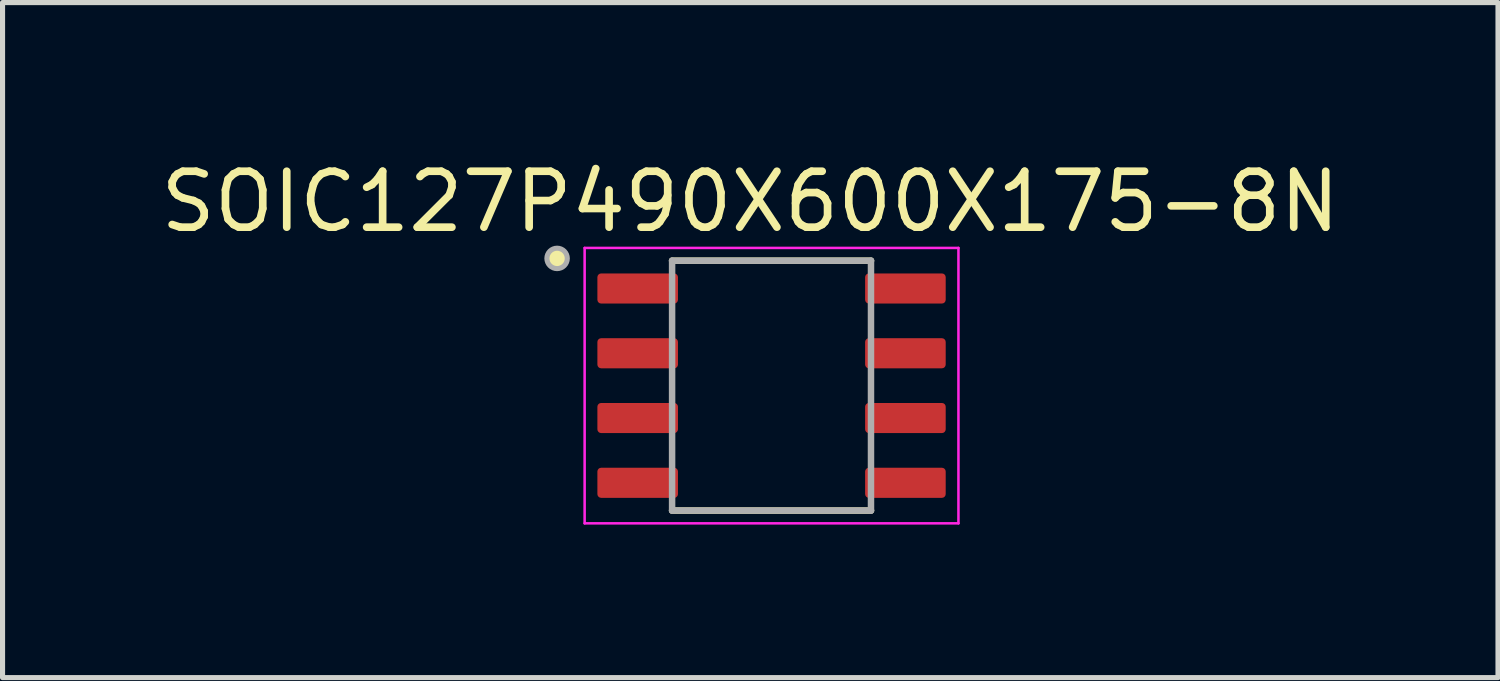
<source format=kicad_pcb>
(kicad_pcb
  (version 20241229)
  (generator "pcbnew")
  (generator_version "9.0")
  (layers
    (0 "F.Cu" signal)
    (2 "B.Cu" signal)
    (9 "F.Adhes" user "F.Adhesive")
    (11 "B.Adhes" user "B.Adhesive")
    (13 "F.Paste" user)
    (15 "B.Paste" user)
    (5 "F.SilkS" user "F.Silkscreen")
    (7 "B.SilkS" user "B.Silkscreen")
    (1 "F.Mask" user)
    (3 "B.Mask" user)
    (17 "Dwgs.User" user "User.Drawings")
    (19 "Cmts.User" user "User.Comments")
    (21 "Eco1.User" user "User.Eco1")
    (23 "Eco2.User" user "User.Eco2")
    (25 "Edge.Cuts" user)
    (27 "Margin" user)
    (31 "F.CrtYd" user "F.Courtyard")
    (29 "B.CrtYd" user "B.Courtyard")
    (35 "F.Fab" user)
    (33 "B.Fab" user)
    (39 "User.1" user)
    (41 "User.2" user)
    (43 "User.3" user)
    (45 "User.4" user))
  (footprint "SOIC127P490X600X175-8N"
    (layer "F.Cu")
    (at 12.079 4.512)
    (property "Reference" "SOIC127P490X600X175-8N" (at -0.417 -3.607 0) (layer "F.SilkS") (effects (font (size 1.097 1.097) (thickness 0.15))))
    (attr smd)
    (fp_line (start -1.95 -2.45) (end 1.95 -2.45) (stroke (width 0.127) (type solid)) (layer "F.SilkS"))
    (fp_line (start -1.95 2.45) (end 1.95 2.45) (stroke (width 0.127) (type solid)) (layer "F.SilkS"))
    (fp_circle (center -4.205 -2.495) (end -4.005 -2.495) (stroke (width 0) (type solid)) (fill yes) (layer "F.SilkS"))
    (fp_line (start -3.665 -2.7) (end -3.665 2.7) (stroke (width 0.05) (type solid)) (layer "F.CrtYd"))
    (fp_line (start -3.665 -2.7) (end 3.665 -2.7) (stroke (width 0.05) (type solid)) (layer "F.CrtYd"))
    (fp_line (start -3.665 2.7) (end 3.665 2.7) (stroke (width 0.05) (type solid)) (layer "F.CrtYd"))
    (fp_line (start 3.665 -2.7) (end 3.665 2.7) (stroke (width 0.05) (type solid)) (layer "F.CrtYd"))
    (fp_line (start -1.95 -2.45) (end -1.95 2.45) (stroke (width 0.127) (type solid)) (layer "F.Fab"))
    (fp_line (start -1.95 -2.45) (end 1.95 -2.45) (stroke (width 0.127) (type solid)) (layer "F.Fab"))
    (fp_line (start -1.95 2.45) (end 1.95 2.45) (stroke (width 0.127) (type solid)) (layer "F.Fab"))
    (fp_line (start 1.95 -2.45) (end 1.95 2.45) (stroke (width 0.127) (type solid)) (layer "F.Fab"))
    (fp_circle (center -4.205 -2.495) (end -4.005 -2.495) (stroke (width 0.1) (type solid)) (fill no) (layer "F.Fab"))
    (pad "1" smd roundrect (at 2.625 -1.905) (size 1.58 0.59) (layers "F.Cu" "F.Mask" "F.Paste") (roundrect_rratio 0.125))
    (pad "1" smd roundrect (at 2.625 -0.635) (size 1.58 0.59) (layers "F.Cu" "F.Mask" "F.Paste") (roundrect_rratio 0.125))
    (pad "1" smd roundrect (at 2.625 0.635) (size 1.58 0.59) (layers "F.Cu" "F.Mask" "F.Paste") (roundrect_rratio 0.125))
    (pad "1" smd roundrect (at 2.625 1.905) (size 1.58 0.59) (layers "F.Cu" "F.Mask" "F.Paste") (roundrect_rratio 0.125))
    (pad "2" smd roundrect (at -2.625 1.905) (size 1.58 0.59) (layers "F.Cu" "F.Mask" "F.Paste") (roundrect_rratio 0.125))
    (pad "3" smd roundrect (at -2.625 -1.905) (size 1.58 0.59) (layers "F.Cu" "F.Mask" "F.Paste") (roundrect_rratio 0.125))
    (pad "3" smd roundrect (at -2.625 -0.635) (size 1.58 0.59) (layers "F.Cu" "F.Mask" "F.Paste") (roundrect_rratio 0.125))
    (pad "3" smd roundrect (at -2.625 0.635) (size 1.58 0.59) (layers "F.Cu" "F.Mask" "F.Paste") (roundrect_rratio 0.125)))
  (gr_rect
    (start -3 -3)
    (end 26.324 10.237)
    (stroke (width 0.1) (type default))
    (fill no)
    (layer "Edge.Cuts")))
</source>
